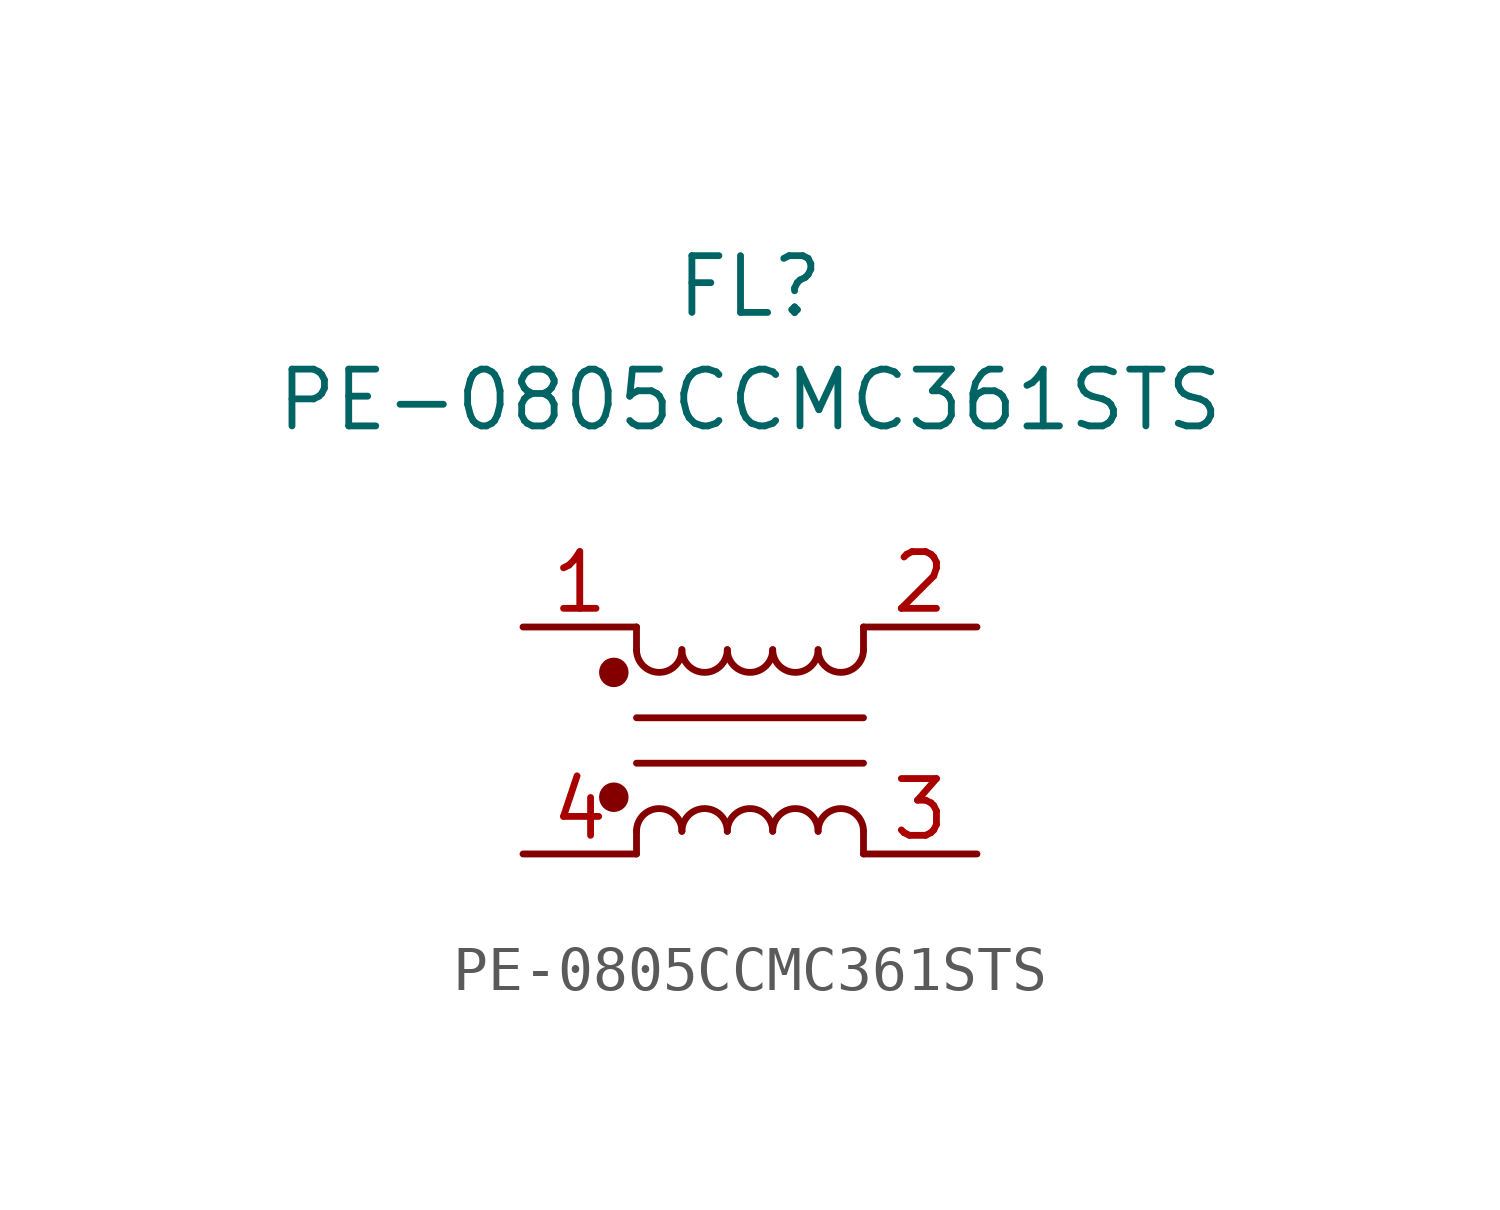
<source format=kicad_sym>
(kicad_symbol_lib
  (version 20241209)
  (generator "kicad_symbol_editor")
  (generator_version "9.0")
  (symbol "PE-0805CCMC361STS"
    (pin_names
      (hide yes))
    (property "Reference" "FL"
      (at 0 7.62 0)
      (effects (font (size 1.27 1.27))))
    (property "Value" "PE-0805CCMC361STS"
      (at 0 5.08 0)
      (effects (font (size 1.27 1.27))))
    (symbol "PE-0805CCMC361STS_1_1"
      (circle (center -3.048 -1.016) (radius 0.254) (stroke (width 0) (type default)) (fill (type outline)))
      (circle (center -3.048 -3.81) (radius 0.254) (stroke (width 0) (type default)) (fill (type outline)))
      (polyline (pts (xy -2.54 -0.508) (xy -2.54 0)) (stroke (width 0) (type default)) (fill (type none)))
      (polyline (pts (xy -2.54 -2.032) (xy 2.54 -2.032)) (stroke (width 0) (type default)) (fill (type none)))
      (polyline (pts (xy -2.54 -4.572) (xy -2.54 -5.08)) (stroke (width 0) (type default)) (fill (type none)))
      (arc (start -1.524 -0.508) (mid -2.032 -1.0138) (end -2.54 -0.508) (stroke (width 0) (type default)) (fill (type none)))
      (arc (start -2.54 -4.572) (mid -2.032 -4.0662) (end -1.524 -4.572) (stroke (width 0) (type default)) (fill (type none)))
      (arc (start -0.508 -0.508) (mid -1.016 -1.0138) (end -1.524 -0.508) (stroke (width 0) (type default)) (fill (type none)))
      (arc (start -1.524 -4.572) (mid -1.016 -4.0662) (end -0.508 -4.572) (stroke (width 0) (type default)) (fill (type none)))
      (arc (start 0.508 -0.508) (mid 0 -1.0138) (end -0.508 -0.508) (stroke (width 0) (type default)) (fill (type none)))
      (arc (start -0.508 -4.572) (mid 0 -4.0662) (end 0.508 -4.572) (stroke (width 0) (type default)) (fill (type none)))
      (arc (start 1.524 -0.508) (mid 1.016 -1.0138) (end 0.508 -0.508) (stroke (width 0) (type default)) (fill (type none)))
      (arc (start 0.508 -4.572) (mid 1.016 -4.0662) (end 1.524 -4.572) (stroke (width 0) (type default)) (fill (type none)))
      (arc (start 2.54 -0.508) (mid 2.032 -1.0138) (end 1.524 -0.508) (stroke (width 0) (type default)) (fill (type none)))
      (arc (start 1.524 -4.572) (mid 2.032 -4.0662) (end 2.54 -4.572) (stroke (width 0) (type default)) (fill (type none)))
      (polyline (pts (xy 2.54 0) (xy 2.54 -0.508)) (stroke (width 0) (type default)) (fill (type none)))
      (polyline (pts (xy 2.54 -3.048) (xy -2.54 -3.048)) (stroke (width 0) (type default)) (fill (type none)))
      (polyline (pts (xy 2.54 -4.572) (xy 2.54 -5.08)) (stroke (width 0) (type default)) (fill (type none)))
      (pin passive line (at -5.08 0 0) (length 2.54) (name "1" (effects (font (size 1.27 1.27)))) (number "1" (effects (font (size 1.27 1.27)))))
      (pin passive line (at -5.08 -5.08 0) (length 2.54) (name "4" (effects (font (size 1.27 1.27)))) (number "4" (effects (font (size 1.27 1.27)))))
      (pin passive line (at 5.08 0 180) (length 2.54) (name "2" (effects (font (size 1.27 1.27)))) (number "2" (effects (font (size 1.27 1.27)))))
      (pin passive line (at 5.08 -5.08 180) (length 2.54) (name "3" (effects (font (size 1.27 1.27)))) (number "3" (effects (font (size 1.27 1.27))))))))
</source>
